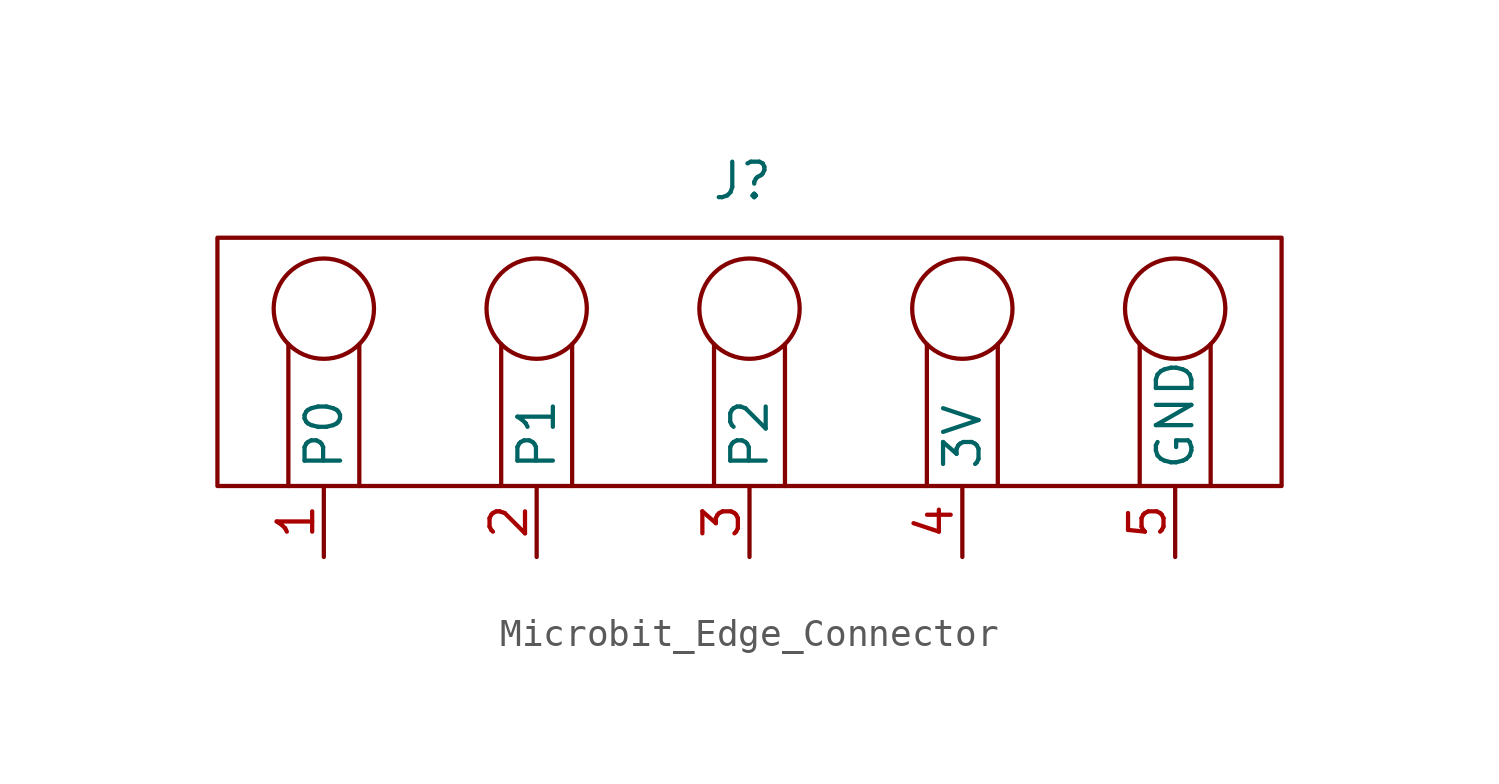
<source format=kicad_sym>
(kicad_symbol_lib
  (version 20231120)
  (generator "kicad_symbol_editor")
  (generator_version "8.0")
  (symbol "Microbit_Edge_Connector"
    (property "Reference" "J"
      (at -0.254 7.112 0)
      (effects (font (size 1.27 1.27))))
    (symbol "Microbit_Edge_Connector_1_1"
      (rectangle (start -19.05 5.08) (end 19.05 -3.81) (stroke (width 0) (type solid)) (fill (type none)))
      (circle (center -15.24 2.54) (radius 1.796) (stroke (width 0) (type default)) (fill (type none)))
      (circle (center -7.62 2.54) (radius 1.796) (stroke (width 0) (type default)) (fill (type none)))
      (polyline (pts (xy -16.51 -3.81) (xy -16.51 1.27)) (stroke (width 0) (type default)) (fill (type none)))
      (polyline (pts (xy -13.97 1.27) (xy -13.97 -3.81)) (stroke (width 0) (type default)) (fill (type none)))
      (polyline (pts (xy -8.89 -3.81) (xy -8.89 1.27)) (stroke (width 0) (type default)) (fill (type none)))
      (polyline (pts (xy -6.35 1.27) (xy -6.35 -3.81)) (stroke (width 0) (type default)) (fill (type none)))
      (polyline (pts (xy -1.27 -3.81) (xy -1.27 1.27)) (stroke (width 0) (type default)) (fill (type none)))
      (polyline (pts (xy 1.27 1.27) (xy 1.27 -3.81)) (stroke (width 0) (type default)) (fill (type none)))
      (polyline (pts (xy 6.35 1.27) (xy 6.35 -3.81)) (stroke (width 0) (type default)) (fill (type none)))
      (polyline (pts (xy 8.89 -3.81) (xy 8.89 1.27)) (stroke (width 0) (type default)) (fill (type none)))
      (polyline (pts (xy 13.97 1.27) (xy 13.97 -3.81)) (stroke (width 0) (type default)) (fill (type none)))
      (polyline (pts (xy 16.51 1.27) (xy 16.51 -3.81)) (stroke (width 0) (type default)) (fill (type none)))
      (circle (center 0 2.54) (radius 1.796) (stroke (width 0) (type default)) (fill (type none)))
      (circle (center 7.62 2.54) (radius 1.796) (stroke (width 0) (type default)) (fill (type none)))
      (circle (center 15.24 2.54) (radius 1.796) (stroke (width 0) (type default)) (fill (type none)))
      (pin bidirectional line (at -15.24 -6.35 90) (length 2.54) (name "P0" (effects (font (size 1.27 1.27)))) (number "1" (effects (font (size 1.27 1.27)))))
      (pin bidirectional line (at -7.62 -6.35 90) (length 2.54) (name "P1" (effects (font (size 1.27 1.27)))) (number "2" (effects (font (size 1.27 1.27)))))
      (pin bidirectional line (at 0 -6.35 90) (length 2.54) (name "P2" (effects (font (size 1.27 1.27)))) (number "3" (effects (font (size 1.27 1.27)))))
      (pin power_out line (at 7.62 -6.35 90) (length 2.54) (name "3V" (effects (font (size 1.27 1.27)))) (number "4" (effects (font (size 1.27 1.27)))))
      (pin power_out line (at 15.24 -6.35 90) (length 2.54) (name "GND" (effects (font (size 1.27 1.27)))) (number "5" (effects (font (size 1.27 1.27))))))))
</source>
